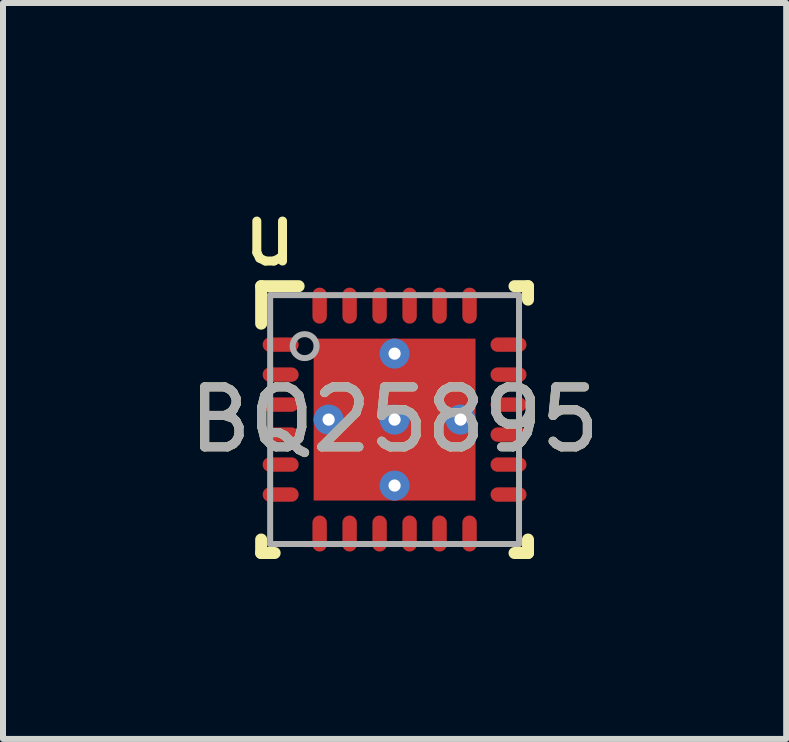
<source format=kicad_pcb>
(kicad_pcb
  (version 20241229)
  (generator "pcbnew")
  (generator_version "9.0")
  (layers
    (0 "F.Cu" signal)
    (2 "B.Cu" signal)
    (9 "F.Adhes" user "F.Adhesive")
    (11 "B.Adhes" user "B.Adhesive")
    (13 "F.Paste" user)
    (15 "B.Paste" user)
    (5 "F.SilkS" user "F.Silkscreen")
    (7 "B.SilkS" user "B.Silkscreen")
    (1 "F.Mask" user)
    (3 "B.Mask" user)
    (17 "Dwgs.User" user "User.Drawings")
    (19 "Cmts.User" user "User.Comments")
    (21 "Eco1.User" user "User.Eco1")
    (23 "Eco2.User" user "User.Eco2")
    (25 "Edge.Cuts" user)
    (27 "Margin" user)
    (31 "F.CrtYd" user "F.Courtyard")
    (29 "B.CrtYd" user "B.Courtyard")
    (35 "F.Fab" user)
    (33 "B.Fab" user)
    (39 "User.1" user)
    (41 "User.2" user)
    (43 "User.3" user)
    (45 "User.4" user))
  (footprint "BQ25895"
    (layer "F.Cu")
    (at 3.53 3.947)
    (property "Reference" "BQ25895" (at 0 0 0) (unlocked yes) (layer "F.SilkS") (effects (font (size 1 1) (thickness 0.15))))
    (attr smd)
    (fp_line (start -2.225 -2.225) (end -1.6 -2.225) (stroke (width 0.2) (type solid)) (layer "F.SilkS"))
    (fp_line (start -2.225 -1.6) (end -2.225 -2.225) (stroke (width 0.2) (type solid)) (layer "F.SilkS"))
    (fp_line (start -2.225 2.225) (end -2.225 2) (stroke (width 0.2) (type solid)) (layer "F.SilkS"))
    (fp_line (start -2.225 2.225) (end -2 2.225) (stroke (width 0.2) (type solid)) (layer "F.SilkS"))
    (fp_line (start 2 -2.225) (end 2.225 -2.225) (stroke (width 0.2) (type solid)) (layer "F.SilkS"))
    (fp_line (start 2 2.225) (end 2.225 2.225) (stroke (width 0.2) (type solid)) (layer "F.SilkS"))
    (fp_line (start 2.225 -2) (end 2.225 -2.225) (stroke (width 0.2) (type solid)) (layer "F.SilkS"))
    (fp_line (start 2.225 2.225) (end 2.225 2) (stroke (width 0.2) (type solid)) (layer "F.SilkS"))
    (fp_poly (pts (xy -0.1 -1.288) (xy -1.288 -1.288) (xy -1.288 -0.1) (xy -0.1 -0.1)) (stroke (width 0) (type solid)) (fill yes) (layer "F.Paste"))
    (fp_poly (pts (xy -0.1 0.1) (xy -1.288 0.1) (xy -1.288 1.288) (xy -0.1 1.288)) (stroke (width 0) (type solid)) (fill yes) (layer "F.Paste"))
    (fp_poly (pts (xy 0.1 -0.1) (xy 1.288 -0.1) (xy 1.288 -1.288) (xy 0.1 -1.288)) (stroke (width 0) (type solid)) (fill yes) (layer "F.Paste"))
    (fp_poly (pts (xy 0.1 1.288) (xy 1.288 1.288) (xy 1.288 0.1) (xy 0.1 0.1)) (stroke (width 0) (type solid)) (fill yes) (layer "F.Paste"))
    (fp_line (start -2.075 -2.075) (end 2.075 -2.075) (stroke (width 0.1) (type solid)) (layer "F.Fab"))
    (fp_line (start -2.075 2.075) (end -2.075 -2.075) (stroke (width 0.1) (type solid)) (layer "F.Fab"))
    (fp_line (start -2.075 2.075) (end 2.075 2.075) (stroke (width 0.1) (type solid)) (layer "F.Fab"))
    (fp_line (start 2.075 2.075) (end 2.075 -2.075) (stroke (width 0.1) (type solid)) (layer "F.Fab"))
    (fp_circle (center -1.5 -1.225) (end -1.3 -1.225) (stroke (width 0.1) (type solid)) (fill no) (layer "F.Fab"))
    (fp_text user "u" (at -2.083 -3.099 0) (unlocked yes) (layer "F.SilkS") (effects (font (size 1 1) (thickness 0.15))))
    (fp_text user "${REFERENCE}" (at 0 0 0) (unlocked yes) (layer "F.Fab") (effects (font (size 1 1) (thickness 0.15))))
    (pad "1" smd oval (at -1.9 -1.25 90) (size 0.24 0.6) (layers "F.Cu" "F.Mask" "F.Paste"))
    (pad "2" smd oval (at -1.9 -0.75 90) (size 0.24 0.6) (layers "F.Cu" "F.Mask" "F.Paste"))
    (pad "3" smd oval (at -1.9 -0.25 90) (size 0.24 0.6) (layers "F.Cu" "F.Mask" "F.Paste"))
    (pad "4" smd oval (at -1.9 0.25 90) (size 0.24 0.6) (layers "F.Cu" "F.Mask" "F.Paste"))
    (pad "5" smd oval (at -1.9 0.75 90) (size 0.24 0.6) (layers "F.Cu" "F.Mask" "F.Paste"))
    (pad "6" smd oval (at -1.9 1.25 90) (size 0.24 0.6) (layers "F.Cu" "F.Mask" "F.Paste"))
    (pad "7" smd oval (at -1.25 1.9) (size 0.24 0.6) (layers "F.Cu" "F.Mask" "F.Paste"))
    (pad "8" smd oval (at -0.75 1.9) (size 0.24 0.6) (layers "F.Cu" "F.Mask" "F.Paste"))
    (pad "9" smd oval (at -0.25 1.9) (size 0.24 0.6) (layers "F.Cu" "F.Mask" "F.Paste"))
    (pad "10" smd oval (at 0.25 1.9) (size 0.24 0.6) (layers "F.Cu" "F.Mask" "F.Paste"))
    (pad "11" smd oval (at 0.75 1.9) (size 0.24 0.6) (layers "F.Cu" "F.Mask" "F.Paste"))
    (pad "12" smd oval (at 1.25 1.9) (size 0.24 0.6) (layers "F.Cu" "F.Mask" "F.Paste"))
    (pad "13" smd oval (at 1.9 1.25 90) (size 0.24 0.6) (layers "F.Cu" "F.Mask" "F.Paste"))
    (pad "14" smd oval (at 1.9 0.75 90) (size 0.24 0.6) (layers "F.Cu" "F.Mask" "F.Paste"))
    (pad "15" smd oval (at 1.9 0.25 90) (size 0.24 0.6) (layers "F.Cu" "F.Mask" "F.Paste"))
    (pad "16" smd oval (at 1.9 -0.25 90) (size 0.24 0.6) (layers "F.Cu" "F.Mask" "F.Paste"))
    (pad "17" smd oval (at 1.9 -0.75 90) (size 0.24 0.6) (layers "F.Cu" "F.Mask" "F.Paste"))
    (pad "18" smd oval (at 1.9 -1.25 90) (size 0.24 0.6) (layers "F.Cu" "F.Mask" "F.Paste"))
    (pad "19" smd oval (at 1.25 -1.9) (size 0.24 0.6) (layers "F.Cu" "F.Mask" "F.Paste"))
    (pad "20" smd oval (at 0.75 -1.9) (size 0.24 0.6) (layers "F.Cu" "F.Mask" "F.Paste"))
    (pad "21" smd oval (at 0.25 -1.9) (size 0.24 0.6) (layers "F.Cu" "F.Mask" "F.Paste"))
    (pad "22" smd oval (at -0.25 -1.9) (size 0.24 0.6) (layers "F.Cu" "F.Mask" "F.Paste"))
    (pad "23" smd oval (at -0.75 -1.9) (size 0.24 0.6) (layers "F.Cu" "F.Mask" "F.Paste"))
    (pad "24" smd oval (at -1.25 -1.9) (size 0.24 0.6) (layers "F.Cu" "F.Mask" "F.Paste"))
    (pad "25" smd rect (at 0 0) (size 2.7 2.7) (layers "F.Cu" "F.Mask"))
    (pad "V" thru_hole circle (at -1.1 0) (size 0.5 0.5) (drill 0.203) (layers "*.Cu" "*.Mask"))
    (pad "V" thru_hole circle (at 0 -1.1) (size 0.5 0.5) (drill 0.203) (layers "*.Cu" "*.Mask"))
    (pad "V" thru_hole circle (at 0 0) (size 0.5 0.5) (drill 0.203) (layers "*.Cu" "*.Mask"))
    (pad "V" thru_hole circle (at 0 1.1) (size 0.5 0.5) (drill 0.203) (layers "*.Cu" "*.Mask"))
    (pad "V" thru_hole circle (at 1.1 0) (size 0.5 0.5) (drill 0.203) (layers "*.Cu" "*.Mask")))
  (gr_rect
    (start -3 -3)
    (end 10.06 9.272)
    (stroke (width 0.1) (type default))
    (fill no)
    (layer "Edge.Cuts")))
</source>
